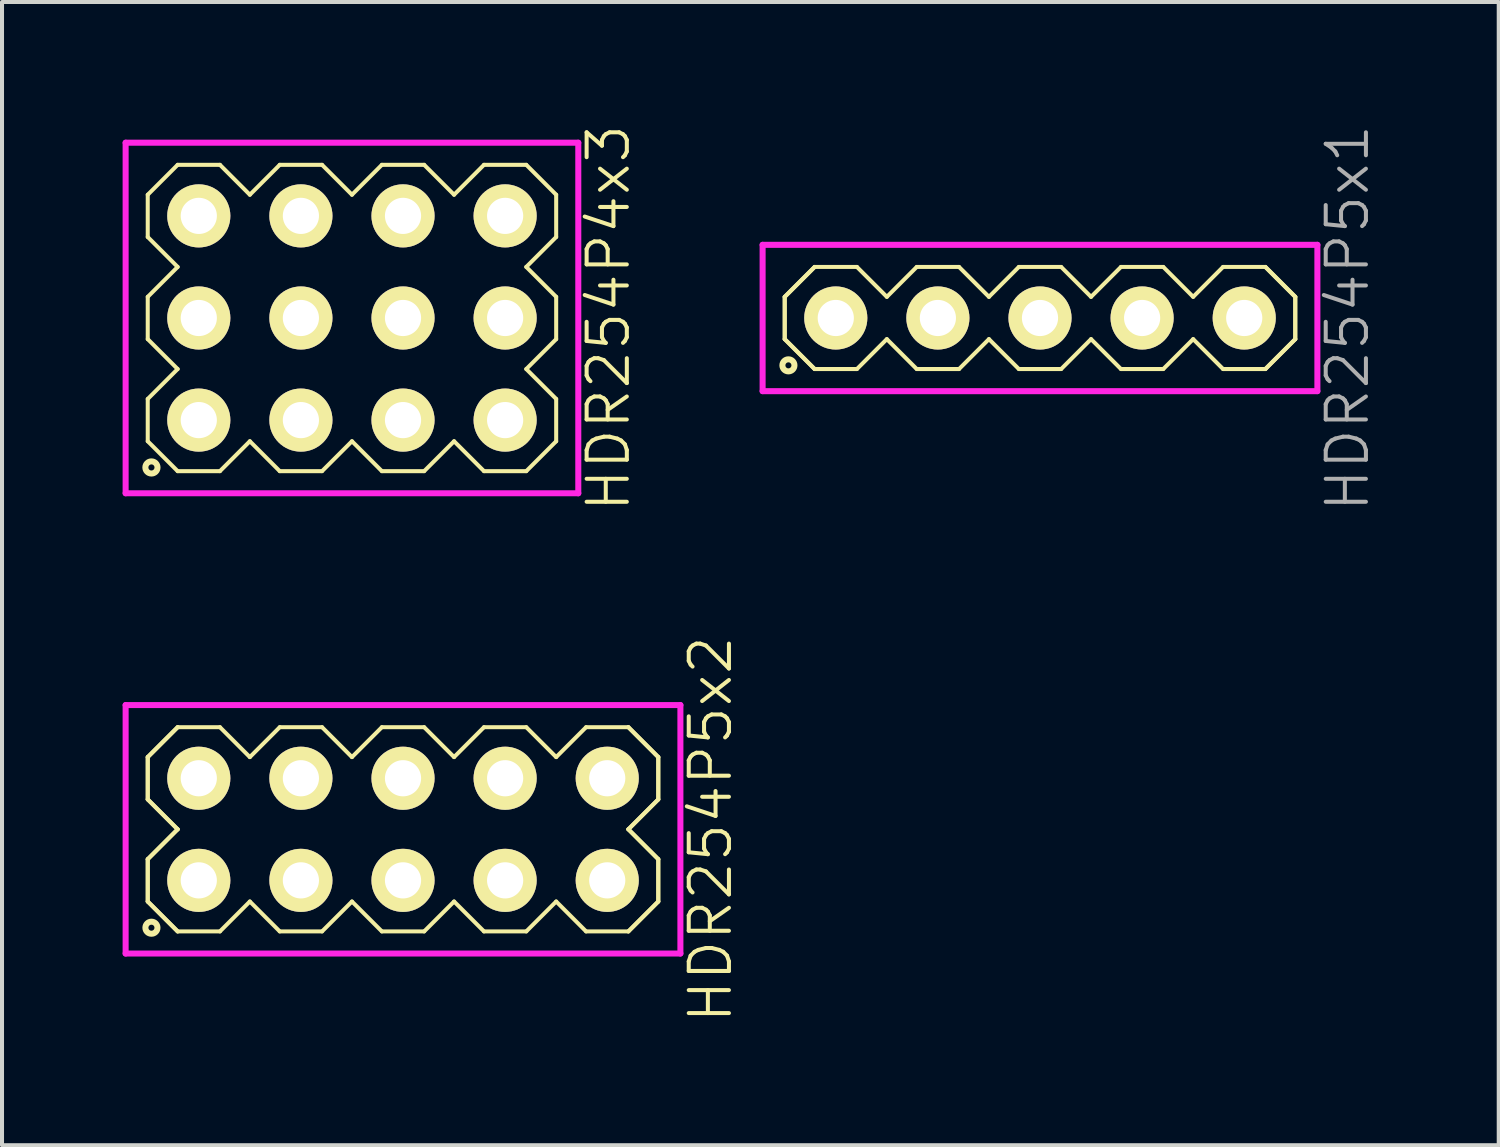
<source format=kicad_pcb>
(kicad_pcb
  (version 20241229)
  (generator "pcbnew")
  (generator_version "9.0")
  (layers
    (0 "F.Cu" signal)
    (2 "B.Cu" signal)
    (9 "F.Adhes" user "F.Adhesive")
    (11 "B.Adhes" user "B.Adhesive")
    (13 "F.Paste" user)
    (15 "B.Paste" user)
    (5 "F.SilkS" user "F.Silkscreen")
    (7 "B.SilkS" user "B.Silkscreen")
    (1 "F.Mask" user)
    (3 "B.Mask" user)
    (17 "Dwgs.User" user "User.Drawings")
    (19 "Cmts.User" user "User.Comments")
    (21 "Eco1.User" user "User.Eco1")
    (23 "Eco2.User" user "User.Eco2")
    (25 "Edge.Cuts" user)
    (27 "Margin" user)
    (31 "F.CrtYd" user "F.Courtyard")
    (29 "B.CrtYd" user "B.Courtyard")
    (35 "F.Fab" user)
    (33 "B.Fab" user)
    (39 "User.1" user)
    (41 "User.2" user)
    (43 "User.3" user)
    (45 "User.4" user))
  (footprint "HDR254P5x2"
    (layer "F.Cu")
    (at 6.975 17.579)
    (property "Reference" "HDR254P5x2" (at 7.65 0 90) (layer "F.SilkS") (effects (font (size 1 1) (thickness 0.1))))
    (attr through_hole)
    (fp_line (start -6.35 -1.796) (end -5.606 -2.54) (stroke (width 0.1) (type solid)) (layer "F.SilkS"))
    (fp_line (start -6.35 -1.796) (end -5.606 -2.54) (stroke (width 0.1) (type solid)) (layer "F.SilkS"))
    (fp_line (start -6.35 -0.744) (end -6.35 -1.796) (stroke (width 0.1) (type solid)) (layer "F.SilkS"))
    (fp_line (start -6.35 -0.744) (end -6.35 -1.796) (stroke (width 0.1) (type solid)) (layer "F.SilkS"))
    (fp_line (start -6.35 0.744) (end -5.606 0) (stroke (width 0.1) (type solid)) (layer "F.SilkS"))
    (fp_line (start -6.35 0.744) (end -5.606 0) (stroke (width 0.1) (type solid)) (layer "F.SilkS"))
    (fp_line (start -6.35 1.796) (end -6.35 0.744) (stroke (width 0.1) (type solid)) (layer "F.SilkS"))
    (fp_line (start -6.35 1.796) (end -6.35 0.744) (stroke (width 0.1) (type solid)) (layer "F.SilkS"))
    (fp_line (start -5.606 -2.54) (end -4.554 -2.54) (stroke (width 0.1) (type solid)) (layer "F.SilkS"))
    (fp_line (start -5.606 0) (end -6.35 -0.744) (stroke (width 0.1) (type solid)) (layer "F.SilkS"))
    (fp_line (start -5.606 0) (end -6.35 -0.744) (stroke (width 0.1) (type solid)) (layer "F.SilkS"))
    (fp_line (start -5.606 2.54) (end -6.35 1.796) (stroke (width 0.1) (type solid)) (layer "F.SilkS"))
    (fp_line (start -5.606 2.54) (end -6.35 1.796) (stroke (width 0.1) (type solid)) (layer "F.SilkS"))
    (fp_line (start -4.554 -2.54) (end -3.81 -1.796) (stroke (width 0.1) (type solid)) (layer "F.SilkS"))
    (fp_line (start -4.554 2.54) (end -5.606 2.54) (stroke (width 0.1) (type solid)) (layer "F.SilkS"))
    (fp_line (start -3.81 -1.796) (end -3.066 -2.54) (stroke (width 0.1) (type solid)) (layer "F.SilkS"))
    (fp_line (start -3.81 1.796) (end -4.554 2.54) (stroke (width 0.1) (type solid)) (layer "F.SilkS"))
    (fp_line (start -3.066 -2.54) (end -2.014 -2.54) (stroke (width 0.1) (type solid)) (layer "F.SilkS"))
    (fp_line (start -3.066 2.54) (end -3.81 1.796) (stroke (width 0.1) (type solid)) (layer "F.SilkS"))
    (fp_line (start -2.014 -2.54) (end -1.27 -1.796) (stroke (width 0.1) (type solid)) (layer "F.SilkS"))
    (fp_line (start -2.014 2.54) (end -3.066 2.54) (stroke (width 0.1) (type solid)) (layer "F.SilkS"))
    (fp_line (start -1.27 -1.796) (end -0.526 -2.54) (stroke (width 0.1) (type solid)) (layer "F.SilkS"))
    (fp_line (start -1.27 1.796) (end -2.014 2.54) (stroke (width 0.1) (type solid)) (layer "F.SilkS"))
    (fp_line (start -0.526 -2.54) (end 0.526 -2.54) (stroke (width 0.1) (type solid)) (layer "F.SilkS"))
    (fp_line (start -0.526 2.54) (end -1.27 1.796) (stroke (width 0.1) (type solid)) (layer "F.SilkS"))
    (fp_line (start 0.526 -2.54) (end 1.27 -1.796) (stroke (width 0.1) (type solid)) (layer "F.SilkS"))
    (fp_line (start 0.526 2.54) (end -0.526 2.54) (stroke (width 0.1) (type solid)) (layer "F.SilkS"))
    (fp_line (start 1.27 -1.796) (end 2.014 -2.54) (stroke (width 0.1) (type solid)) (layer "F.SilkS"))
    (fp_line (start 1.27 1.796) (end 0.526 2.54) (stroke (width 0.1) (type solid)) (layer "F.SilkS"))
    (fp_line (start 2.014 -2.54) (end 3.066 -2.54) (stroke (width 0.1) (type solid)) (layer "F.SilkS"))
    (fp_line (start 2.014 2.54) (end 1.27 1.796) (stroke (width 0.1) (type solid)) (layer "F.SilkS"))
    (fp_line (start 3.066 -2.54) (end 3.81 -1.796) (stroke (width 0.1) (type solid)) (layer "F.SilkS"))
    (fp_line (start 3.066 2.54) (end 2.014 2.54) (stroke (width 0.1) (type solid)) (layer "F.SilkS"))
    (fp_line (start 3.81 -1.796) (end 4.554 -2.54) (stroke (width 0.1) (type solid)) (layer "F.SilkS"))
    (fp_line (start 3.81 1.796) (end 3.066 2.54) (stroke (width 0.1) (type solid)) (layer "F.SilkS"))
    (fp_line (start 4.554 -2.54) (end 5.606 -2.54) (stroke (width 0.1) (type solid)) (layer "F.SilkS"))
    (fp_line (start 4.554 2.54) (end 3.81 1.796) (stroke (width 0.1) (type solid)) (layer "F.SilkS"))
    (fp_line (start 5.606 -2.54) (end 6.35 -1.796) (stroke (width 0.1) (type solid)) (layer "F.SilkS"))
    (fp_line (start 5.606 -2.54) (end 6.35 -1.796) (stroke (width 0.1) (type solid)) (layer "F.SilkS"))
    (fp_line (start 5.606 0) (end 6.35 0.744) (stroke (width 0.1) (type solid)) (layer "F.SilkS"))
    (fp_line (start 5.606 0) (end 6.35 0.744) (stroke (width 0.1) (type solid)) (layer "F.SilkS"))
    (fp_line (start 5.606 2.54) (end 4.554 2.54) (stroke (width 0.1) (type solid)) (layer "F.SilkS"))
    (fp_line (start 6.35 -1.796) (end 6.35 -0.744) (stroke (width 0.1) (type solid)) (layer "F.SilkS"))
    (fp_line (start 6.35 -1.796) (end 6.35 -0.744) (stroke (width 0.1) (type solid)) (layer "F.SilkS"))
    (fp_line (start 6.35 -0.744) (end 5.606 0) (stroke (width 0.1) (type solid)) (layer "F.SilkS"))
    (fp_line (start 6.35 -0.744) (end 5.606 0) (stroke (width 0.1) (type solid)) (layer "F.SilkS"))
    (fp_line (start 6.35 0.744) (end 6.35 1.796) (stroke (width 0.1) (type solid)) (layer "F.SilkS"))
    (fp_line (start 6.35 0.744) (end 6.35 1.796) (stroke (width 0.1) (type solid)) (layer "F.SilkS"))
    (fp_line (start 6.35 1.796) (end 5.606 2.54) (stroke (width 0.1) (type solid)) (layer "F.SilkS"))
    (fp_line (start 6.35 1.796) (end 5.606 2.54) (stroke (width 0.1) (type solid)) (layer "F.SilkS"))
    (fp_circle (center -6.258 2.448) (end -6.108 2.448) (stroke (width 0.15) (type solid)) (fill no) (layer "F.SilkS"))
    (fp_line (start -6.9 -3.09) (end -6.9 3.09) (stroke (width 0.15) (type solid)) (layer "F.CrtYd"))
    (fp_line (start -6.9 3.09) (end 6.9 3.09) (stroke (width 0.15) (type solid)) (layer "F.CrtYd"))
    (fp_line (start 6.9 -3.09) (end -6.9 -3.09) (stroke (width 0.15) (type solid)) (layer "F.CrtYd"))
    (fp_line (start 6.9 3.09) (end 6.9 -3.09) (stroke (width 0.15) (type solid)) (layer "F.CrtYd"))
    (pad "1" thru_hole oval (at -5.08 1.27) (size 1.57 1.57) (drill 0.9) (layers "*.Cu" "*.Mask" "F.SilkS"))
    (pad "2" thru_hole oval (at -5.08 -1.27) (size 1.57 1.57) (drill 0.9) (layers "*.Cu" "*.Mask" "F.SilkS"))
    (pad "3" thru_hole oval (at -2.54 1.27) (size 1.57 1.57) (drill 0.9) (layers "*.Cu" "*.Mask" "F.SilkS"))
    (pad "4" thru_hole oval (at -2.54 -1.27) (size 1.57 1.57) (drill 0.9) (layers "*.Cu" "*.Mask" "F.SilkS"))
    (pad "5" thru_hole oval (at 0 1.27) (size 1.57 1.57) (drill 0.9) (layers "*.Cu" "*.Mask" "F.SilkS"))
    (pad "6" thru_hole oval (at 0 -1.27) (size 1.57 1.57) (drill 0.9) (layers "*.Cu" "*.Mask" "F.SilkS"))
    (pad "7" thru_hole oval (at 2.54 1.27) (size 1.57 1.57) (drill 0.9) (layers "*.Cu" "*.Mask" "F.SilkS"))
    (pad "8" thru_hole oval (at 2.54 -1.27) (size 1.57 1.57) (drill 0.9) (layers "*.Cu" "*.Mask" "F.SilkS"))
    (pad "9" thru_hole oval (at 5.08 1.27) (size 1.57 1.57) (drill 0.9) (layers "*.Cu" "*.Mask" "F.SilkS"))
    (pad "10" thru_hole oval (at 5.08 -1.27) (size 1.57 1.57) (drill 0.9) (layers "*.Cu" "*.Mask" "F.SilkS")))
  (footprint "HDR254P4x3"
    (layer "F.Cu")
    (at 5.705 4.86)
    (property "Reference" "HDR254P4x3" (at 6.38 0 90) (layer "F.SilkS") (effects (font (size 1 1) (thickness 0.1))))
    (attr through_hole)
    (fp_line (start -5.08 -3.066) (end -4.336 -3.81) (stroke (width 0.1) (type solid)) (layer "F.SilkS"))
    (fp_line (start -5.08 -2.014) (end -5.08 -3.066) (stroke (width 0.1) (type solid)) (layer "F.SilkS"))
    (fp_line (start -5.08 -0.526) (end -4.336 -1.27) (stroke (width 0.1) (type solid)) (layer "F.SilkS"))
    (fp_line (start -5.08 0.526) (end -5.08 -0.526) (stroke (width 0.1) (type solid)) (layer "F.SilkS"))
    (fp_line (start -5.08 2.014) (end -4.336 1.27) (stroke (width 0.1) (type solid)) (layer "F.SilkS"))
    (fp_line (start -5.08 3.066) (end -5.08 2.014) (stroke (width 0.1) (type solid)) (layer "F.SilkS"))
    (fp_line (start -4.336 -3.81) (end -3.284 -3.81) (stroke (width 0.1) (type solid)) (layer "F.SilkS"))
    (fp_line (start -4.336 -1.27) (end -5.08 -2.014) (stroke (width 0.1) (type solid)) (layer "F.SilkS"))
    (fp_line (start -4.336 1.27) (end -5.08 0.526) (stroke (width 0.1) (type solid)) (layer "F.SilkS"))
    (fp_line (start -4.336 3.81) (end -5.08 3.066) (stroke (width 0.1) (type solid)) (layer "F.SilkS"))
    (fp_line (start -3.284 -3.81) (end -2.54 -3.066) (stroke (width 0.1) (type solid)) (layer "F.SilkS"))
    (fp_line (start -3.284 3.81) (end -4.336 3.81) (stroke (width 0.1) (type solid)) (layer "F.SilkS"))
    (fp_line (start -2.54 -3.066) (end -1.796 -3.81) (stroke (width 0.1) (type solid)) (layer "F.SilkS"))
    (fp_line (start -2.54 3.066) (end -3.284 3.81) (stroke (width 0.1) (type solid)) (layer "F.SilkS"))
    (fp_line (start -1.796 -3.81) (end -0.744 -3.81) (stroke (width 0.1) (type solid)) (layer "F.SilkS"))
    (fp_line (start -1.796 3.81) (end -2.54 3.066) (stroke (width 0.1) (type solid)) (layer "F.SilkS"))
    (fp_line (start -0.744 -3.81) (end 0 -3.066) (stroke (width 0.1) (type solid)) (layer "F.SilkS"))
    (fp_line (start -0.744 3.81) (end -1.796 3.81) (stroke (width 0.1) (type solid)) (layer "F.SilkS"))
    (fp_line (start 0 -3.066) (end 0.744 -3.81) (stroke (width 0.1) (type solid)) (layer "F.SilkS"))
    (fp_line (start 0 3.066) (end -0.744 3.81) (stroke (width 0.1) (type solid)) (layer "F.SilkS"))
    (fp_line (start 0.744 -3.81) (end 1.796 -3.81) (stroke (width 0.1) (type solid)) (layer "F.SilkS"))
    (fp_line (start 0.744 3.81) (end 0 3.066) (stroke (width 0.1) (type solid)) (layer "F.SilkS"))
    (fp_line (start 1.796 -3.81) (end 2.54 -3.066) (stroke (width 0.1) (type solid)) (layer "F.SilkS"))
    (fp_line (start 1.796 3.81) (end 0.744 3.81) (stroke (width 0.1) (type solid)) (layer "F.SilkS"))
    (fp_line (start 2.54 -3.066) (end 3.284 -3.81) (stroke (width 0.1) (type solid)) (layer "F.SilkS"))
    (fp_line (start 2.54 3.066) (end 1.796 3.81) (stroke (width 0.1) (type solid)) (layer "F.SilkS"))
    (fp_line (start 3.284 -3.81) (end 4.336 -3.81) (stroke (width 0.1) (type solid)) (layer "F.SilkS"))
    (fp_line (start 3.284 3.81) (end 2.54 3.066) (stroke (width 0.1) (type solid)) (layer "F.SilkS"))
    (fp_line (start 4.336 -3.81) (end 5.08 -3.066) (stroke (width 0.1) (type solid)) (layer "F.SilkS"))
    (fp_line (start 4.336 -1.27) (end 5.08 -0.526) (stroke (width 0.1) (type solid)) (layer "F.SilkS"))
    (fp_line (start 4.336 1.27) (end 5.08 2.014) (stroke (width 0.1) (type solid)) (layer "F.SilkS"))
    (fp_line (start 4.336 3.81) (end 3.284 3.81) (stroke (width 0.1) (type solid)) (layer "F.SilkS"))
    (fp_line (start 5.08 -3.066) (end 5.08 -2.014) (stroke (width 0.1) (type solid)) (layer "F.SilkS"))
    (fp_line (start 5.08 -2.014) (end 4.336 -1.27) (stroke (width 0.1) (type solid)) (layer "F.SilkS"))
    (fp_line (start 5.08 -0.526) (end 5.08 0.526) (stroke (width 0.1) (type solid)) (layer "F.SilkS"))
    (fp_line (start 5.08 0.526) (end 4.336 1.27) (stroke (width 0.1) (type solid)) (layer "F.SilkS"))
    (fp_line (start 5.08 2.014) (end 5.08 3.066) (stroke (width 0.1) (type solid)) (layer "F.SilkS"))
    (fp_line (start 5.08 3.066) (end 4.336 3.81) (stroke (width 0.1) (type solid)) (layer "F.SilkS"))
    (fp_circle (center -4.988 3.718) (end -4.837 3.718) (stroke (width 0.15) (type solid)) (fill no) (layer "F.SilkS"))
    (fp_line (start -5.63 -4.36) (end -5.63 4.36) (stroke (width 0.15) (type solid)) (layer "F.CrtYd"))
    (fp_line (start -5.63 4.36) (end 5.63 4.36) (stroke (width 0.15) (type solid)) (layer "F.CrtYd"))
    (fp_line (start 5.63 -4.36) (end -5.63 -4.36) (stroke (width 0.15) (type solid)) (layer "F.CrtYd"))
    (fp_line (start 5.63 4.36) (end 5.63 -4.36) (stroke (width 0.15) (type solid)) (layer "F.CrtYd"))
    (pad "1" thru_hole oval (at -3.81 2.54) (size 1.57 1.57) (drill 0.9) (layers "*.Cu" "*.Mask" "F.SilkS"))
    (pad "2" thru_hole oval (at -3.81 0) (size 1.57 1.57) (drill 0.9) (layers "*.Cu" "*.Mask" "F.SilkS"))
    (pad "3" thru_hole oval (at -3.81 -2.54) (size 1.57 1.57) (drill 0.9) (layers "*.Cu" "*.Mask" "F.SilkS"))
    (pad "4" thru_hole oval (at -1.27 2.54) (size 1.57 1.57) (drill 0.9) (layers "*.Cu" "*.Mask" "F.SilkS"))
    (pad "5" thru_hole oval (at -1.27 0) (size 1.57 1.57) (drill 0.9) (layers "*.Cu" "*.Mask" "F.SilkS"))
    (pad "6" thru_hole oval (at -1.27 -2.54) (size 1.57 1.57) (drill 0.9) (layers "*.Cu" "*.Mask" "F.SilkS"))
    (pad "7" thru_hole oval (at 1.27 2.54) (size 1.57 1.57) (drill 0.9) (layers "*.Cu" "*.Mask" "F.SilkS"))
    (pad "8" thru_hole oval (at 1.27 0) (size 1.57 1.57) (drill 0.9) (layers "*.Cu" "*.Mask" "F.SilkS"))
    (pad "9" thru_hole oval (at 1.27 -2.54) (size 1.57 1.57) (drill 0.9) (layers "*.Cu" "*.Mask" "F.SilkS"))
    (pad "10" thru_hole oval (at 3.81 2.54) (size 1.57 1.57) (drill 0.9) (layers "*.Cu" "*.Mask" "F.SilkS"))
    (pad "11" thru_hole oval (at 3.81 0) (size 1.57 1.57) (drill 0.9) (layers "*.Cu" "*.Mask" "F.SilkS"))
    (pad "12" thru_hole oval (at 3.81 -2.54) (size 1.57 1.57) (drill 0.9) (layers "*.Cu" "*.Mask" "F.SilkS")))
  (footprint "HDR254P5x1"
    (layer "F.Cu")
    (at 22.82 4.86)
    (property "Reference" "HDR254P5x1" (at 7.65 0 90) (layer "F.Fab") (effects (font (size 1 1) (thickness 0.1))))
    (attr through_hole)
    (fp_line (start -6.35 -0.526) (end -5.606 -1.27) (stroke (width 0.1) (type solid)) (layer "F.SilkS"))
    (fp_line (start -6.35 -0.526) (end -5.606 -1.27) (stroke (width 0.1) (type solid)) (layer "F.SilkS"))
    (fp_line (start -6.35 0.526) (end -6.35 -0.526) (stroke (width 0.1) (type solid)) (layer "F.SilkS"))
    (fp_line (start -6.35 0.526) (end -6.35 -0.526) (stroke (width 0.1) (type solid)) (layer "F.SilkS"))
    (fp_line (start -5.606 -1.27) (end -4.554 -1.27) (stroke (width 0.1) (type solid)) (layer "F.SilkS"))
    (fp_line (start -5.606 1.27) (end -6.35 0.526) (stroke (width 0.1) (type solid)) (layer "F.SilkS"))
    (fp_line (start -5.606 1.27) (end -6.35 0.526) (stroke (width 0.1) (type solid)) (layer "F.SilkS"))
    (fp_line (start -4.554 -1.27) (end -3.81 -0.526) (stroke (width 0.1) (type solid)) (layer "F.SilkS"))
    (fp_line (start -4.554 1.27) (end -5.606 1.27) (stroke (width 0.1) (type solid)) (layer "F.SilkS"))
    (fp_line (start -3.81 -0.526) (end -3.066 -1.27) (stroke (width 0.1) (type solid)) (layer "F.SilkS"))
    (fp_line (start -3.81 0.526) (end -4.554 1.27) (stroke (width 0.1) (type solid)) (layer "F.SilkS"))
    (fp_line (start -3.066 -1.27) (end -2.014 -1.27) (stroke (width 0.1) (type solid)) (layer "F.SilkS"))
    (fp_line (start -3.066 1.27) (end -3.81 0.526) (stroke (width 0.1) (type solid)) (layer "F.SilkS"))
    (fp_line (start -2.014 -1.27) (end -1.27 -0.526) (stroke (width 0.1) (type solid)) (layer "F.SilkS"))
    (fp_line (start -2.014 1.27) (end -3.066 1.27) (stroke (width 0.1) (type solid)) (layer "F.SilkS"))
    (fp_line (start -1.27 -0.526) (end -0.526 -1.27) (stroke (width 0.1) (type solid)) (layer "F.SilkS"))
    (fp_line (start -1.27 0.526) (end -2.014 1.27) (stroke (width 0.1) (type solid)) (layer "F.SilkS"))
    (fp_line (start -0.526 -1.27) (end 0.526 -1.27) (stroke (width 0.1) (type solid)) (layer "F.SilkS"))
    (fp_line (start -0.526 1.27) (end -1.27 0.526) (stroke (width 0.1) (type solid)) (layer "F.SilkS"))
    (fp_line (start 0.526 -1.27) (end 1.27 -0.526) (stroke (width 0.1) (type solid)) (layer "F.SilkS"))
    (fp_line (start 0.526 1.27) (end -0.526 1.27) (stroke (width 0.1) (type solid)) (layer "F.SilkS"))
    (fp_line (start 1.27 -0.526) (end 2.014 -1.27) (stroke (width 0.1) (type solid)) (layer "F.SilkS"))
    (fp_line (start 1.27 0.526) (end 0.526 1.27) (stroke (width 0.1) (type solid)) (layer "F.SilkS"))
    (fp_line (start 2.014 -1.27) (end 3.066 -1.27) (stroke (width 0.1) (type solid)) (layer "F.SilkS"))
    (fp_line (start 2.014 1.27) (end 1.27 0.526) (stroke (width 0.1) (type solid)) (layer "F.SilkS"))
    (fp_line (start 3.066 -1.27) (end 3.81 -0.526) (stroke (width 0.1) (type solid)) (layer "F.SilkS"))
    (fp_line (start 3.066 1.27) (end 2.014 1.27) (stroke (width 0.1) (type solid)) (layer "F.SilkS"))
    (fp_line (start 3.81 -0.526) (end 4.554 -1.27) (stroke (width 0.1) (type solid)) (layer "F.SilkS"))
    (fp_line (start 3.81 0.526) (end 3.066 1.27) (stroke (width 0.1) (type solid)) (layer "F.SilkS"))
    (fp_line (start 4.554 -1.27) (end 5.606 -1.27) (stroke (width 0.1) (type solid)) (layer "F.SilkS"))
    (fp_line (start 4.554 1.27) (end 3.81 0.526) (stroke (width 0.1) (type solid)) (layer "F.SilkS"))
    (fp_line (start 5.606 -1.27) (end 6.35 -0.526) (stroke (width 0.1) (type solid)) (layer "F.SilkS"))
    (fp_line (start 5.606 -1.27) (end 6.35 -0.526) (stroke (width 0.1) (type solid)) (layer "F.SilkS"))
    (fp_line (start 5.606 1.27) (end 4.554 1.27) (stroke (width 0.1) (type solid)) (layer "F.SilkS"))
    (fp_line (start 6.35 -0.526) (end 6.35 0.526) (stroke (width 0.1) (type solid)) (layer "F.SilkS"))
    (fp_line (start 6.35 -0.526) (end 6.35 0.526) (stroke (width 0.1) (type solid)) (layer "F.SilkS"))
    (fp_line (start 6.35 0.526) (end 5.606 1.27) (stroke (width 0.1) (type solid)) (layer "F.SilkS"))
    (fp_line (start 6.35 0.526) (end 5.606 1.27) (stroke (width 0.1) (type solid)) (layer "F.SilkS"))
    (fp_circle (center -6.258 1.178) (end -6.108 1.178) (stroke (width 0.15) (type solid)) (fill no) (layer "F.SilkS"))
    (fp_line (start -6.9 -1.82) (end -6.9 1.82) (stroke (width 0.15) (type solid)) (layer "F.CrtYd"))
    (fp_line (start -6.9 1.82) (end 6.9 1.82) (stroke (width 0.15) (type solid)) (layer "F.CrtYd"))
    (fp_line (start 6.9 -1.82) (end -6.9 -1.82) (stroke (width 0.15) (type solid)) (layer "F.CrtYd"))
    (fp_line (start 6.9 1.82) (end 6.9 -1.82) (stroke (width 0.15) (type solid)) (layer "F.CrtYd"))
    (pad "1" thru_hole oval (at -5.08 0) (size 1.57 1.57) (drill 0.9) (layers "*.Cu" "*.Mask" "F.SilkS"))
    (pad "2" thru_hole oval (at -2.54 0) (size 1.57 1.57) (drill 0.9) (layers "*.Cu" "*.Mask" "F.SilkS"))
    (pad "3" thru_hole oval (at 0 0) (size 1.57 1.57) (drill 0.9) (layers "*.Cu" "*.Mask" "F.SilkS"))
    (pad "4" thru_hole oval (at 2.54 0) (size 1.57 1.57) (drill 0.9) (layers "*.Cu" "*.Mask" "F.SilkS"))
    (pad "5" thru_hole oval (at 5.08 0) (size 1.57 1.57) (drill 0.9) (layers "*.Cu" "*.Mask" "F.SilkS")))
  (gr_rect
    (start -3 -3)
    (end 34.231 25.438)
    (stroke (width 0.1) (type default))
    (fill no)
    (layer "Edge.Cuts")))
</source>
